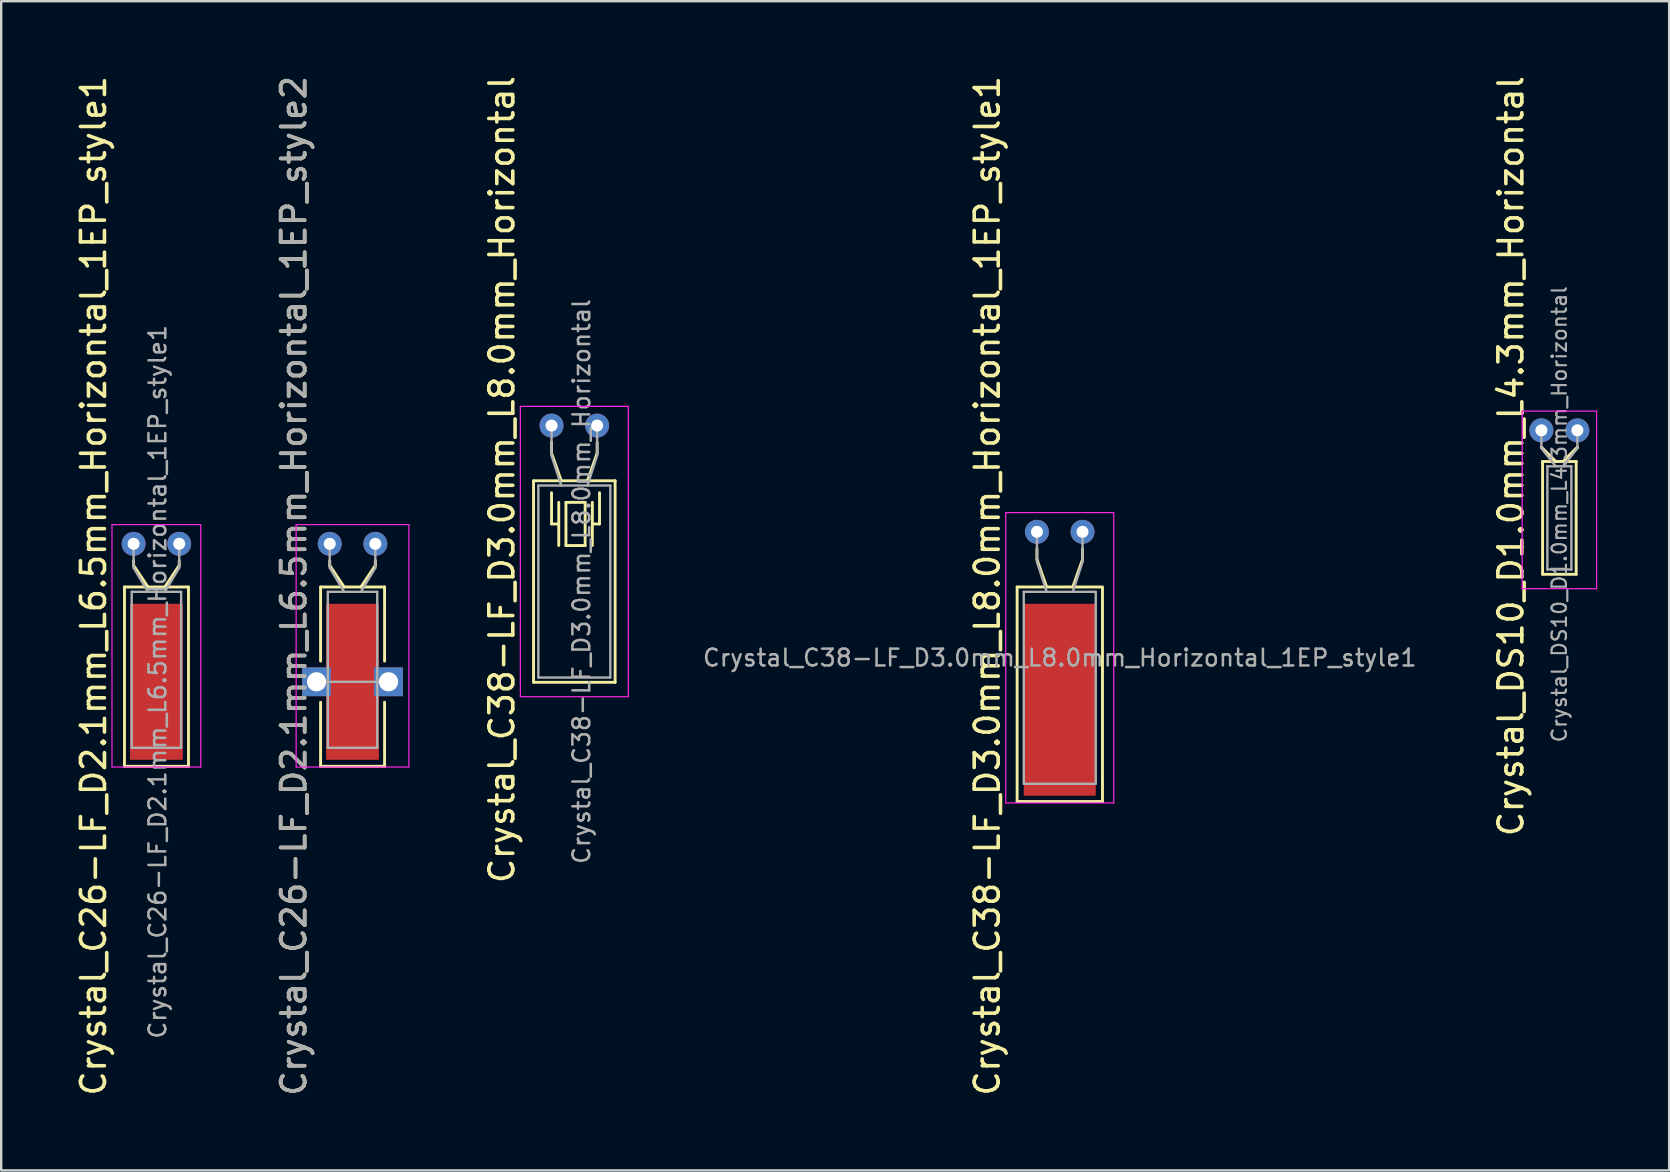
<source format=kicad_pcb>
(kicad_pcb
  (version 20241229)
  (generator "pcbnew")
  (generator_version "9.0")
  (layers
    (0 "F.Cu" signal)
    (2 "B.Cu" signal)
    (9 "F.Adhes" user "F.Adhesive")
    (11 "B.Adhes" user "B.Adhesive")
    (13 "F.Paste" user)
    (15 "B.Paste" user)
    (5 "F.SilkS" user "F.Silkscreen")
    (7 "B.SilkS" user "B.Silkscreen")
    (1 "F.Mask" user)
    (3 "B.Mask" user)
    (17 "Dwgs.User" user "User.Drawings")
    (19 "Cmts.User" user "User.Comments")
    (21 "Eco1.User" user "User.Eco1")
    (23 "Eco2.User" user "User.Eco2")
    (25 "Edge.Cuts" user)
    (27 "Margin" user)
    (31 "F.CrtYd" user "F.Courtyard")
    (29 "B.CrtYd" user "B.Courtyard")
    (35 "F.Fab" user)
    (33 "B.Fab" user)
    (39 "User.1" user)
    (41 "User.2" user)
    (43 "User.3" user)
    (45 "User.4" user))
  (footprint "Crystal_C38-LF_D3.0mm_L8.0mm_Horizontal"
    (layer "F.Cu")
    (at 19.935 14.685)
    (property "Reference" "Crystal_C38-LF_D3.0mm_L8.0mm_Horizontal" (at -2.07 2.25 90) (layer "F.SilkS") (effects (font (size 1 1) (thickness 0.15))))
    (attr through_hole)
    (fp_line (start -0.75 2.3) (end -0.75 10.7) (stroke (width 0.12) (type solid)) (layer "F.SilkS"))
    (fp_line (start -0.75 10.7) (end 2.65 10.7) (stroke (width 0.12) (type solid)) (layer "F.SilkS"))
    (fp_line (start 0 1.15) (end 0 0.7) (stroke (width 0.12) (type solid)) (layer "F.SilkS"))
    (fp_line (start 0 4.1) (end 0 2.8) (stroke (width 0.12) (type solid)) (layer "F.SilkS"))
    (fp_line (start 0.3 4.1) (end 0 4.1) (stroke (width 0.12) (type solid)) (layer "F.SilkS"))
    (fp_line (start 0.3 5) (end 0.3 3.2) (stroke (width 0.12) (type solid)) (layer "F.SilkS"))
    (fp_line (start 0.405 2.3) (end 0 1.15) (stroke (width 0.12) (type solid)) (layer "F.SilkS"))
    (fp_line (start 0.6 3.2) (end 1.4 3.2) (stroke (width 0.12) (type solid)) (layer "F.SilkS"))
    (fp_line (start 0.6 5) (end 0.6 3.2) (stroke (width 0.12) (type solid)) (layer "F.SilkS"))
    (fp_line (start 1.4 3.2) (end 1.4 5) (stroke (width 0.12) (type solid)) (layer "F.SilkS"))
    (fp_line (start 1.4 5) (end 0.6 5) (stroke (width 0.12) (type solid)) (layer "F.SilkS"))
    (fp_line (start 1.495 2.3) (end 1.9 1.15) (stroke (width 0.12) (type solid)) (layer "F.SilkS"))
    (fp_line (start 1.7 3.2) (end 1.7 5) (stroke (width 0.12) (type solid)) (layer "F.SilkS"))
    (fp_line (start 1.7 4.1) (end 2 4.1) (stroke (width 0.12) (type solid)) (layer "F.SilkS"))
    (fp_line (start 1.9 1.15) (end 1.9 0.7) (stroke (width 0.12) (type solid)) (layer "F.SilkS"))
    (fp_line (start 2 4.1) (end 2 2.8) (stroke (width 0.12) (type solid)) (layer "F.SilkS"))
    (fp_line (start 2.65 2.3) (end -0.75 2.3) (stroke (width 0.12) (type solid)) (layer "F.SilkS"))
    (fp_line (start 2.65 10.7) (end 2.65 2.3) (stroke (width 0.12) (type solid)) (layer "F.SilkS"))
    (fp_line (start -1.3 -0.8) (end -1.3 11.3) (stroke (width 0.05) (type solid)) (layer "F.CrtYd"))
    (fp_line (start -1.3 11.3) (end 3.2 11.3) (stroke (width 0.05) (type solid)) (layer "F.CrtYd"))
    (fp_line (start 3.2 -0.8) (end -1.3 -0.8) (stroke (width 0.05) (type solid)) (layer "F.CrtYd"))
    (fp_line (start 3.2 11.3) (end 3.2 -0.8) (stroke (width 0.05) (type solid)) (layer "F.CrtYd"))
    (fp_line (start -0.55 2.5) (end -0.55 10.5) (stroke (width 0.1) (type solid)) (layer "F.Fab"))
    (fp_line (start -0.55 10.5) (end 2.45 10.5) (stroke (width 0.1) (type solid)) (layer "F.Fab"))
    (fp_line (start 0 1.25) (end 0 0) (stroke (width 0.1) (type solid)) (layer "F.Fab"))
    (fp_line (start 0.405 2.5) (end 0 1.25) (stroke (width 0.1) (type solid)) (layer "F.Fab"))
    (fp_line (start 1.495 2.5) (end 1.9 1.25) (stroke (width 0.1) (type solid)) (layer "F.Fab"))
    (fp_line (start 1.9 1.25) (end 1.9 0) (stroke (width 0.1) (type solid)) (layer "F.Fab"))
    (fp_line (start 2.45 2.5) (end -0.55 2.5) (stroke (width 0.1) (type solid)) (layer "F.Fab"))
    (fp_line (start 2.45 10.5) (end 2.45 2.5) (stroke (width 0.1) (type solid)) (layer "F.Fab"))
    (fp_text user "${REFERENCE}" (at 1.25 6.5 90) (layer "F.Fab") (effects (font (size 0.7 0.7) (thickness 0.105))))
    (pad "1" thru_hole circle (at 0 0) (size 1 1) (drill 0.5) (layers "*.Cu" "*.Mask"))
    (pad "2" thru_hole circle (at 1.9 0) (size 1 1) (drill 0.5) (layers "*.Cu" "*.Mask")))
  (footprint "Crystal_C38-LF_D3.0mm_L8.0mm_Horizontal_1EP_style1"
    (layer "F.Cu")
    (at 40.164 19.113)
    (property "Reference" "Crystal_C38-LF_D3.0mm_L8.0mm_Horizontal_1EP_style1" (at -2.07 2.25 90) (layer "F.SilkS") (effects (font (size 1 1) (thickness 0.15))))
    (attr through_hole)
    (fp_line (start -0.826 2.3) (end 2.731 2.3) (stroke (width 0.12) (type solid)) (layer "F.SilkS"))
    (fp_line (start -0.826 11.239) (end -0.826 2.3) (stroke (width 0.12) (type solid)) (layer "F.SilkS"))
    (fp_line (start 0 1.15) (end 0 0.7) (stroke (width 0.12) (type solid)) (layer "F.SilkS"))
    (fp_line (start 0.405 2.3) (end 0 1.15) (stroke (width 0.12) (type solid)) (layer "F.SilkS"))
    (fp_line (start 1.495 2.3) (end 1.9 1.15) (stroke (width 0.12) (type solid)) (layer "F.SilkS"))
    (fp_line (start 1.9 1.15) (end 1.9 0.7) (stroke (width 0.12) (type solid)) (layer "F.SilkS"))
    (fp_line (start 2.731 2.364) (end 2.731 11.239) (stroke (width 0.12) (type solid)) (layer "F.SilkS"))
    (fp_line (start 2.731 11.239) (end -0.826 11.239) (stroke (width 0.12) (type solid)) (layer "F.SilkS"))
    (fp_line (start -1.3 -0.8) (end -1.3 11.3) (stroke (width 0.05) (type solid)) (layer "F.CrtYd"))
    (fp_line (start -1.3 11.3) (end 3.2 11.3) (stroke (width 0.05) (type solid)) (layer "F.CrtYd"))
    (fp_line (start 3.2 -0.8) (end -1.3 -0.8) (stroke (width 0.05) (type solid)) (layer "F.CrtYd"))
    (fp_line (start 3.2 11.3) (end 3.2 -0.8) (stroke (width 0.05) (type solid)) (layer "F.CrtYd"))
    (fp_line (start -0.55 2.5) (end -0.55 10.5) (stroke (width 0.1) (type solid)) (layer "F.Fab"))
    (fp_line (start -0.55 10.5) (end 2.45 10.5) (stroke (width 0.1) (type solid)) (layer "F.Fab"))
    (fp_line (start 0 1.25) (end 0 0) (stroke (width 0.1) (type solid)) (layer "F.Fab"))
    (fp_line (start 0.405 2.5) (end 0 1.25) (stroke (width 0.1) (type solid)) (layer "F.Fab"))
    (fp_line (start 1.495 2.5) (end 1.9 1.25) (stroke (width 0.1) (type solid)) (layer "F.Fab"))
    (fp_line (start 1.9 1.25) (end 1.9 0) (stroke (width 0.1) (type solid)) (layer "F.Fab"))
    (fp_line (start 2.45 2.5) (end -0.55 2.5) (stroke (width 0.1) (type solid)) (layer "F.Fab"))
    (fp_line (start 2.45 10.5) (end 2.45 2.5) (stroke (width 0.1) (type solid)) (layer "F.Fab"))
    (fp_text user "${REFERENCE}" (at 0.95 5.25 0) (layer "F.Fab") (effects (font (size 0.7 0.7) (thickness 0.105))))
    (pad "1" thru_hole circle (at 0 0) (size 1 1) (drill 0.5) (layers "*.Cu" "*.Mask"))
    (pad "2" thru_hole circle (at 1.9 0) (size 1 1) (drill 0.5) (layers "*.Cu" "*.Mask"))
    (pad "3" smd rect (at 0.95 7) (size 3 8) (layers "F.Cu" "F.Mask" "F.Paste")))
  (footprint "Crystal_C26-LF_D2.1mm_L6.5mm_Horizontal_1EP_style2"
    (layer "F.Cu")
    (at 10.691 19.613)
    (property "Reference" "Crystal_C26-LF_D2.1mm_L6.5mm_Horizontal_1EP_style2" (at -1.5 1.75 90) (layer "F.SilkS") (effects (font (size 1 1) (thickness 0.15))))
    (attr through_hole)
    (fp_line (start -0.381 1.8) (end 2.286 1.8) (stroke (width 0.12) (type solid)) (layer "F.SilkS"))
    (fp_line (start -0.381 4.889) (end -0.381 1.8) (stroke (width 0.12) (type solid)) (layer "F.SilkS"))
    (fp_line (start -0.381 9.271) (end -0.381 6.604) (stroke (width 0.12) (type solid)) (layer "F.SilkS"))
    (fp_line (start 0 0.9) (end 0 0.7) (stroke (width 0.12) (type solid)) (layer "F.SilkS"))
    (fp_line (start 0.6 1.8) (end 0 0.9) (stroke (width 0.12) (type solid)) (layer "F.SilkS"))
    (fp_line (start 1.3 1.8) (end 1.9 0.9) (stroke (width 0.12) (type solid)) (layer "F.SilkS"))
    (fp_line (start 1.9 0.9) (end 1.9 0.7) (stroke (width 0.12) (type solid)) (layer "F.SilkS"))
    (fp_line (start 2.286 1.8) (end 2.286 4.889) (stroke (width 0.12) (type solid)) (layer "F.SilkS"))
    (fp_line (start 2.286 6.604) (end 2.286 9.207) (stroke (width 0.12) (type solid)) (layer "F.SilkS"))
    (fp_line (start 2.286 9.207) (end 2.286 9.271) (stroke (width 0.12) (type solid)) (layer "F.SilkS"))
    (fp_line (start 2.286 9.271) (end -0.381 9.271) (stroke (width 0.12) (type solid)) (layer "F.SilkS"))
    (fp_line (start -1.4 -0.8) (end -1.4 9.3) (stroke (width 0.05) (type solid)) (layer "F.CrtYd"))
    (fp_line (start -1.4 9.3) (end 3.3 9.3) (stroke (width 0.05) (type solid)) (layer "F.CrtYd"))
    (fp_line (start 3.3 -0.8) (end -1.4 -0.8) (stroke (width 0.05) (type solid)) (layer "F.CrtYd"))
    (fp_line (start 3.3 9.3) (end 3.3 -0.8) (stroke (width 0.05) (type solid)) (layer "F.CrtYd"))
    (fp_line (start -0.55 5.75) (end 2.45 5.75) (stroke (width 0.1) (type solid)) (layer "F.Fab"))
    (fp_line (start -0.08 2) (end -0.08 8.5) (stroke (width 0.1) (type solid)) (layer "F.Fab"))
    (fp_line (start -0.08 8.5) (end 1.98 8.5) (stroke (width 0.1) (type solid)) (layer "F.Fab"))
    (fp_line (start 0 1) (end 0 0) (stroke (width 0.1) (type solid)) (layer "F.Fab"))
    (fp_line (start 0.6 2) (end 0 1) (stroke (width 0.1) (type solid)) (layer "F.Fab"))
    (fp_line (start 1.3 2) (end 1.9 1) (stroke (width 0.1) (type solid)) (layer "F.Fab"))
    (fp_line (start 1.9 1) (end 1.9 0) (stroke (width 0.1) (type solid)) (layer "F.Fab"))
    (fp_line (start 1.98 2) (end -0.08 2) (stroke (width 0.1) (type solid)) (layer "F.Fab"))
    (fp_line (start 1.98 8.5) (end 1.98 2) (stroke (width 0.1) (type solid)) (layer "F.Fab"))
    (fp_text user "${REFERENCE}" (at -1.5 1.75 90) (layer "F.Fab") (effects (font (size 1 1) (thickness 0.15))))
    (pad "1" thru_hole circle (at 0 0) (size 1 1) (drill 0.5) (layers "*.Cu" "*.Mask"))
    (pad "2" thru_hole circle (at 1.9 0) (size 1 1) (drill 0.5) (layers "*.Cu" "*.Mask"))
    (pad "3" thru_hole rect (at -0.55 5.75) (size 1.2 1.2) (drill 0.8) (layers "*.Cu" "*.Mask"))
    (pad "3" smd rect (at 0.95 5.75) (size 2.2 6.5) (layers "F.Cu" "F.Mask" "F.Paste"))
    (pad "3" thru_hole rect (at 2.45 5.75) (size 1.2 1.2) (drill 0.8) (layers "*.Cu" "*.Mask")))
  (footprint "Crystal_DS10_D1.0mm_L4.3mm_Horizontal"
    (layer "F.Cu")
    (at 61.186 14.883)
    (property "Reference" "Crystal_DS10_D1.0mm_L4.3mm_Horizontal" (at -1.27 1.075 90) (layer "F.SilkS") (effects (font (size 1 1) (thickness 0.15))))
    (attr through_hole)
    (fp_line (start 0 0.7) (end 0 0.7) (stroke (width 0.12) (type solid)) (layer "F.SilkS"))
    (fp_line (start 0.05 1.3) (end 0.05 6) (stroke (width 0.12) (type solid)) (layer "F.SilkS"))
    (fp_line (start 0.05 6) (end 1.45 6) (stroke (width 0.12) (type solid)) (layer "F.SilkS"))
    (fp_line (start 0.6 1.3) (end 0 0.7) (stroke (width 0.12) (type solid)) (layer "F.SilkS"))
    (fp_line (start 0.9 1.3) (end 1.5 0.7) (stroke (width 0.12) (type solid)) (layer "F.SilkS"))
    (fp_line (start 1.45 1.3) (end 0.05 1.3) (stroke (width 0.12) (type solid)) (layer "F.SilkS"))
    (fp_line (start 1.45 6) (end 1.45 1.3) (stroke (width 0.12) (type solid)) (layer "F.SilkS"))
    (fp_line (start 1.5 0.7) (end 1.5 0.7) (stroke (width 0.12) (type solid)) (layer "F.SilkS"))
    (fp_line (start -0.8 -0.8) (end -0.8 6.6) (stroke (width 0.05) (type solid)) (layer "F.CrtYd"))
    (fp_line (start -0.8 6.6) (end 2.3 6.6) (stroke (width 0.05) (type solid)) (layer "F.CrtYd"))
    (fp_line (start 2.3 -0.8) (end -0.8 -0.8) (stroke (width 0.05) (type solid)) (layer "F.CrtYd"))
    (fp_line (start 2.3 6.6) (end 2.3 -0.8) (stroke (width 0.05) (type solid)) (layer "F.CrtYd"))
    (fp_line (start 0 0.75) (end 0 0) (stroke (width 0.1) (type solid)) (layer "F.Fab"))
    (fp_line (start 0.25 1.5) (end 0.25 5.8) (stroke (width 0.1) (type solid)) (layer "F.Fab"))
    (fp_line (start 0.25 5.8) (end 1.25 5.8) (stroke (width 0.1) (type solid)) (layer "F.Fab"))
    (fp_line (start 0.6 1.5) (end 0 0.75) (stroke (width 0.1) (type solid)) (layer "F.Fab"))
    (fp_line (start 0.9 1.5) (end 1.5 0.75) (stroke (width 0.1) (type solid)) (layer "F.Fab"))
    (fp_line (start 1.25 1.5) (end 0.25 1.5) (stroke (width 0.1) (type solid)) (layer "F.Fab"))
    (fp_line (start 1.25 5.8) (end 1.25 1.5) (stroke (width 0.1) (type solid)) (layer "F.Fab"))
    (fp_line (start 1.5 0.75) (end 1.5 0) (stroke (width 0.1) (type solid)) (layer "F.Fab"))
    (fp_text user "${REFERENCE}" (at 0.75 3.5 90) (layer "F.Fab") (effects (font (size 0.6 0.6) (thickness 0.09))))
    (pad "1" thru_hole circle (at 0 0) (size 1 1) (drill 0.5) (layers "*.Cu" "*.Mask"))
    (pad "2" thru_hole circle (at 1.5 0) (size 1 1) (drill 0.5) (layers "*.Cu" "*.Mask")))
  (footprint "Crystal_C26-LF_D2.1mm_L6.5mm_Horizontal_1EP_style1"
    (layer "F.Cu")
    (at 2.518 19.613)
    (property "Reference" "Crystal_C26-LF_D2.1mm_L6.5mm_Horizontal_1EP_style1" (at -1.67 1.75 90) (layer "F.SilkS") (effects (font (size 1 1) (thickness 0.15))))
    (attr through_hole)
    (fp_line (start -0.381 1.8) (end 2.286 1.8) (stroke (width 0.12) (type solid)) (layer "F.SilkS"))
    (fp_line (start -0.381 9.271) (end -0.381 1.8) (stroke (width 0.12) (type solid)) (layer "F.SilkS"))
    (fp_line (start -0.381 9.271) (end 2.286 9.271) (stroke (width 0.12) (type solid)) (layer "F.SilkS"))
    (fp_line (start 0 0.9) (end 0 0.7) (stroke (width 0.12) (type solid)) (layer "F.SilkS"))
    (fp_line (start 0.6 1.8) (end 0 0.9) (stroke (width 0.12) (type solid)) (layer "F.SilkS"))
    (fp_line (start 1.3 1.8) (end 1.9 0.9) (stroke (width 0.12) (type solid)) (layer "F.SilkS"))
    (fp_line (start 1.9 0.9) (end 1.9 0.7) (stroke (width 0.12) (type solid)) (layer "F.SilkS"))
    (fp_line (start 2.286 1.8) (end 2.286 9.271) (stroke (width 0.12) (type solid)) (layer "F.SilkS"))
    (fp_line (start -0.9 -0.8) (end -0.9 9.3) (stroke (width 0.05) (type solid)) (layer "F.CrtYd"))
    (fp_line (start -0.9 9.3) (end 2.8 9.3) (stroke (width 0.05) (type solid)) (layer "F.CrtYd"))
    (fp_line (start 2.8 -0.8) (end -0.9 -0.8) (stroke (width 0.05) (type solid)) (layer "F.CrtYd"))
    (fp_line (start 2.8 9.3) (end 2.8 -0.8) (stroke (width 0.05) (type solid)) (layer "F.CrtYd"))
    (fp_line (start -0.08 2) (end -0.08 8.5) (stroke (width 0.1) (type solid)) (layer "F.Fab"))
    (fp_line (start -0.08 8.5) (end 1.98 8.5) (stroke (width 0.1) (type solid)) (layer "F.Fab"))
    (fp_line (start 0 1) (end 0 0) (stroke (width 0.1) (type solid)) (layer "F.Fab"))
    (fp_line (start 0.6 2) (end 0 1) (stroke (width 0.1) (type solid)) (layer "F.Fab"))
    (fp_line (start 1.3 2) (end 1.9 1) (stroke (width 0.1) (type solid)) (layer "F.Fab"))
    (fp_line (start 1.9 1) (end 1.9 0) (stroke (width 0.1) (type solid)) (layer "F.Fab"))
    (fp_line (start 1.98 2) (end -0.08 2) (stroke (width 0.1) (type solid)) (layer "F.Fab"))
    (fp_line (start 1.98 8.5) (end 1.98 2) (stroke (width 0.1) (type solid)) (layer "F.Fab"))
    (fp_text user "${REFERENCE}" (at 1 5.75 90) (layer "F.Fab") (effects (font (size 0.7 0.7) (thickness 0.105))))
    (pad "1" thru_hole circle (at 0 0) (size 1 1) (drill 0.5) (layers "*.Cu" "*.Mask"))
    (pad "2" thru_hole circle (at 1.9 0) (size 1 1) (drill 0.5) (layers "*.Cu" "*.Mask"))
    (pad "3" smd rect (at 0.95 5.75) (size 2.2 6.5) (layers "F.Cu" "F.Mask" "F.Paste")))
  (gr_rect
    (start -3 -3)
    (end 66.511 45.726)
    (stroke (width 0.1) (type default))
    (fill no)
    (layer "Edge.Cuts")))
</source>
